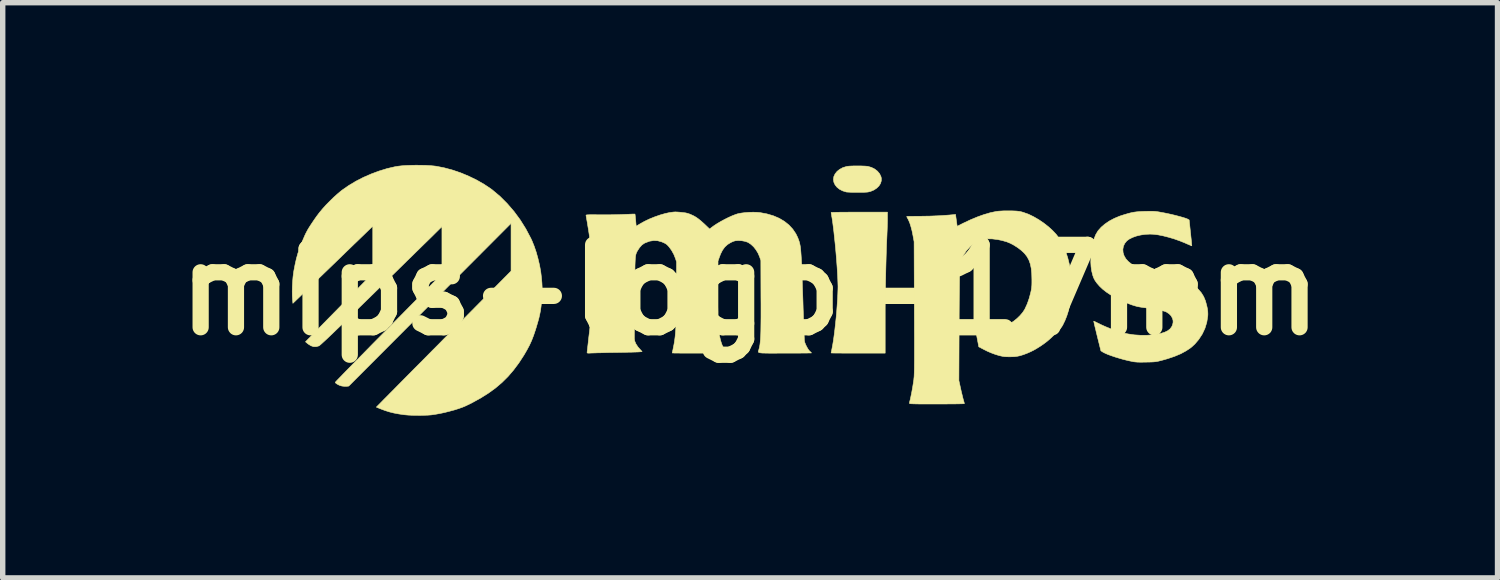
<source format=kicad_pcb>
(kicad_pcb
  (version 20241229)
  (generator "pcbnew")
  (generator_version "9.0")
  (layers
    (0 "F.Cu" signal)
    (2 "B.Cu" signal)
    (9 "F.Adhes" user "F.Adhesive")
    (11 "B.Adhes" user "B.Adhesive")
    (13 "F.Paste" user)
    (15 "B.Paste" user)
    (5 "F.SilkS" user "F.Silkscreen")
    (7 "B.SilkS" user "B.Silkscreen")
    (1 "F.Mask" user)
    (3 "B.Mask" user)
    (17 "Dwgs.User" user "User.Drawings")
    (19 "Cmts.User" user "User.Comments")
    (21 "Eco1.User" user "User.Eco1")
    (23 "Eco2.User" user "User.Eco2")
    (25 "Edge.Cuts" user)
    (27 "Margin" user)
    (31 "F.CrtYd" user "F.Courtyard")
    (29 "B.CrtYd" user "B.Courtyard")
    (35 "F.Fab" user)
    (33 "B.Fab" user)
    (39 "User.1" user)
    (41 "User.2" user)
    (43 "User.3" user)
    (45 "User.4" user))
  (footprint "mips-logo-17mm"
    (layer "F.Cu")
    (at 10.82 2.312)
    (property "Reference" "mips-logo-17mm" (at 0 0 0) (layer "F.SilkS") (effects (font (size 1.524 1.524) (thickness 0.3))))
    (attr through_hole)
    (fp_poly (pts (xy 2.038 -2.294) (xy 2.091 -2.292) (xy 2.136 -2.29) (xy 2.169 -2.287) (xy 2.177 -2.286) (xy 2.245 -2.266) (xy 2.305 -2.236) (xy 2.356 -2.196) (xy 2.395 -2.149) (xy 2.42 -2.096) (xy 2.427 -2.067) (xy 2.426 -2.017) (xy 2.411 -1.968) (xy 2.382 -1.923) (xy 2.341 -1.883) (xy 2.29 -1.849) (xy 2.231 -1.824) (xy 2.184 -1.812) (xy 2.159 -1.809) (xy 2.121 -1.807) (xy 2.074 -1.805) (xy 2.02 -1.805) (xy 1.964 -1.805) (xy 1.909 -1.805) (xy 1.858 -1.807) (xy 1.817 -1.809) (xy 1.787 -1.811) (xy 1.779 -1.812) (xy 1.714 -1.832) (xy 1.656 -1.861) (xy 1.608 -1.899) (xy 1.572 -1.943) (xy 1.549 -1.993) (xy 1.541 -2.045) (xy 1.549 -2.098) (xy 1.572 -2.147) (xy 1.609 -2.193) (xy 1.657 -2.231) (xy 1.714 -2.262) (xy 1.779 -2.282) (xy 1.801 -2.286) (xy 1.832 -2.29) (xy 1.875 -2.292) (xy 1.926 -2.294) (xy 1.982 -2.294) (xy 2.038 -2.294)) (stroke (width 0.01) (type solid)) (fill yes) (layer "F.SilkS"))
    (fp_poly (pts (xy 2.54 -1.331) (xy 2.54 -1.289) (xy 2.539 -1.235) (xy 2.537 -1.172) (xy 2.535 -1.107) (xy 2.532 -1.043) (xy 2.532 -1.033) (xy 2.523 -0.831) (xy 2.516 -0.616) (xy 2.51 -0.391) (xy 2.505 -0.159) (xy 2.501 0.075) (xy 2.498 0.31) (xy 2.498 0.54) (xy 2.498 0.586) (xy 2.498 1.168) (xy 1.998 1.168) (xy 1.908 1.168) (xy 1.823 1.168) (xy 1.745 1.168) (xy 1.675 1.167) (xy 1.614 1.167) (xy 1.565 1.166) (xy 1.528 1.166) (xy 1.506 1.165) (xy 1.499 1.164) (xy 1.5 1.154) (xy 1.505 1.132) (xy 1.511 1.101) (xy 1.515 1.081) (xy 1.528 1.012) (xy 1.542 0.928) (xy 1.555 0.833) (xy 1.568 0.729) (xy 1.58 0.619) (xy 1.592 0.506) (xy 1.602 0.392) (xy 1.61 0.28) (xy 1.617 0.174) (xy 1.622 0.074) (xy 1.625 -0.014) (xy 1.626 -0.063) (xy 1.624 -0.131) (xy 1.621 -0.213) (xy 1.616 -0.307) (xy 1.61 -0.41) (xy 1.602 -0.519) (xy 1.593 -0.633) (xy 1.583 -0.749) (xy 1.572 -0.863) (xy 1.56 -0.975) (xy 1.549 -1.08) (xy 1.537 -1.177) (xy 1.526 -1.262) (xy 1.515 -1.335) (xy 1.511 -1.355) (xy 1.506 -1.388) (xy 1.501 -1.415) (xy 1.499 -1.431) (xy 1.499 -1.433) (xy 1.507 -1.434) (xy 1.531 -1.435) (xy 1.568 -1.436) (xy 1.619 -1.437) (xy 1.68 -1.438) (xy 1.751 -1.438) (xy 1.831 -1.439) (xy 1.917 -1.439) (xy 2.009 -1.439) (xy 2.019 -1.439) (xy 2.54 -1.439) (xy 2.54 -1.331)) (stroke (width 0.01) (type solid)) (fill yes) (layer "F.SilkS"))
    (fp_poly (pts (xy 7.453 -1.455) (xy 7.488 -1.453) (xy 7.523 -1.449) (xy 7.561 -1.443) (xy 7.582 -1.439) (xy 7.654 -1.426) (xy 7.727 -1.411) (xy 7.8 -1.395) (xy 7.869 -1.378) (xy 7.934 -1.361) (xy 7.991 -1.345) (xy 8.041 -1.33) (xy 8.08 -1.316) (xy 8.106 -1.303) (xy 8.119 -1.294) (xy 8.12 -1.292) (xy 8.12 -1.281) (xy 8.123 -1.256) (xy 8.127 -1.218) (xy 8.132 -1.171) (xy 8.138 -1.115) (xy 8.144 -1.055) (xy 8.145 -1.05) (xy 8.151 -0.989) (xy 8.157 -0.934) (xy 8.162 -0.888) (xy 8.165 -0.851) (xy 8.167 -0.826) (xy 8.168 -0.816) (xy 8.168 -0.816) (xy 8.16 -0.819) (xy 8.139 -0.827) (xy 8.109 -0.84) (xy 8.071 -0.856) (xy 8.052 -0.865) (xy 7.951 -0.906) (xy 7.847 -0.943) (xy 7.743 -0.974) (xy 7.642 -1) (xy 7.547 -1.019) (xy 7.462 -1.03) (xy 7.398 -1.033) (xy 7.31 -1.029) (xy 7.226 -1.017) (xy 7.146 -0.998) (xy 7.075 -0.973) (xy 7.014 -0.943) (xy 6.967 -0.909) (xy 6.965 -0.907) (xy 6.927 -0.86) (xy 6.903 -0.807) (xy 6.893 -0.751) (xy 6.897 -0.693) (xy 6.915 -0.635) (xy 6.946 -0.58) (xy 6.99 -0.53) (xy 7.045 -0.485) (xy 7.05 -0.482) (xy 7.085 -0.462) (xy 7.123 -0.444) (xy 7.168 -0.428) (xy 7.221 -0.412) (xy 7.283 -0.397) (xy 7.358 -0.381) (xy 7.447 -0.364) (xy 7.472 -0.36) (xy 7.54 -0.348) (xy 7.597 -0.337) (xy 7.647 -0.326) (xy 7.693 -0.314) (xy 7.738 -0.301) (xy 7.785 -0.284) (xy 7.837 -0.264) (xy 7.898 -0.24) (xy 7.971 -0.209) (xy 7.98 -0.206) (xy 8.072 -0.164) (xy 8.151 -0.121) (xy 8.217 -0.075) (xy 8.274 -0.026) (xy 8.29 -0.011) (xy 8.346 0.055) (xy 8.388 0.124) (xy 8.42 0.201) (xy 8.427 0.226) (xy 8.445 0.293) (xy 8.457 0.349) (xy 8.463 0.399) (xy 8.465 0.446) (xy 8.463 0.482) (xy 8.445 0.598) (xy 8.411 0.709) (xy 8.362 0.814) (xy 8.296 0.915) (xy 8.222 1.002) (xy 8.151 1.066) (xy 8.065 1.124) (xy 7.964 1.179) (xy 7.847 1.228) (xy 7.716 1.272) (xy 7.628 1.297) (xy 7.584 1.308) (xy 7.549 1.317) (xy 7.518 1.323) (xy 7.489 1.327) (xy 7.456 1.33) (xy 7.418 1.332) (xy 7.37 1.333) (xy 7.319 1.334) (xy 7.255 1.335) (xy 7.203 1.335) (xy 7.162 1.334) (xy 7.128 1.331) (xy 7.097 1.328) (xy 7.065 1.322) (xy 7.061 1.321) (xy 6.987 1.305) (xy 6.909 1.286) (xy 6.831 1.264) (xy 6.755 1.241) (xy 6.684 1.217) (xy 6.62 1.194) (xy 6.567 1.171) (xy 6.527 1.151) (xy 6.518 1.145) (xy 6.487 1.125) (xy 6.419 0.852) (xy 6.403 0.787) (xy 6.389 0.727) (xy 6.376 0.675) (xy 6.366 0.632) (xy 6.359 0.6) (xy 6.355 0.581) (xy 6.354 0.577) (xy 6.362 0.58) (xy 6.383 0.589) (xy 6.413 0.604) (xy 6.451 0.622) (xy 6.482 0.638) (xy 6.566 0.676) (xy 6.658 0.714) (xy 6.755 0.748) (xy 6.85 0.778) (xy 6.939 0.802) (xy 6.989 0.813) (xy 7.103 0.83) (xy 7.224 0.838) (xy 7.345 0.837) (xy 7.413 0.832) (xy 7.513 0.82) (xy 7.597 0.803) (xy 7.667 0.781) (xy 7.723 0.754) (xy 7.765 0.721) (xy 7.795 0.682) (xy 7.81 0.65) (xy 7.821 0.607) (xy 7.822 0.57) (xy 7.813 0.531) (xy 7.81 0.524) (xy 7.786 0.479) (xy 7.748 0.44) (xy 7.699 0.408) (xy 7.689 0.403) (xy 7.657 0.392) (xy 7.61 0.38) (xy 7.552 0.367) (xy 7.483 0.355) (xy 7.406 0.343) (xy 7.324 0.331) (xy 7.281 0.326) (xy 7.221 0.317) (xy 7.165 0.307) (xy 7.111 0.292) (xy 7.054 0.274) (xy 6.991 0.25) (xy 6.921 0.219) (xy 6.849 0.186) (xy 6.748 0.137) (xy 6.661 0.087) (xy 6.586 0.037) (xy 6.52 -0.015) (xy 6.463 -0.069) (xy 6.415 -0.124) (xy 6.379 -0.174) (xy 6.352 -0.226) (xy 6.335 -0.276) (xy 6.316 -0.353) (xy 6.305 -0.431) (xy 6.3 -0.515) (xy 6.302 -0.597) (xy 6.312 -0.722) (xy 6.33 -0.835) (xy 6.356 -0.934) (xy 6.39 -1.02) (xy 6.431 -1.09) (xy 6.436 -1.097) (xy 6.492 -1.16) (xy 6.562 -1.22) (xy 6.643 -1.275) (xy 6.733 -1.323) (xy 6.828 -1.363) (xy 6.842 -1.368) (xy 6.919 -1.393) (xy 6.984 -1.412) (xy 7.041 -1.427) (xy 7.095 -1.438) (xy 7.149 -1.445) (xy 7.207 -1.45) (xy 7.274 -1.453) (xy 7.303 -1.454) (xy 7.364 -1.455) (xy 7.413 -1.456) (xy 7.453 -1.455)) (stroke (width 0.01) (type solid)) (fill yes) (layer "F.SilkS"))
    (fp_poly (pts (xy -6.086 -2.306) (xy -5.994 -2.304) (xy -5.909 -2.299) (xy -5.835 -2.292) (xy -5.804 -2.288) (xy -5.656 -2.259) (xy -5.504 -2.218) (xy -5.351 -2.166) (xy -5.2 -2.103) (xy -5.054 -2.032) (xy -4.918 -1.954) (xy -4.794 -1.871) (xy -4.767 -1.851) (xy -4.625 -1.732) (xy -4.492 -1.599) (xy -4.366 -1.453) (xy -4.251 -1.297) (xy -4.147 -1.131) (xy -4.055 -0.957) (xy -4.033 -0.91) (xy -3.993 -0.811) (xy -3.955 -0.7) (xy -3.922 -0.581) (xy -3.893 -0.459) (xy -3.871 -0.337) (xy -3.857 -0.221) (xy -3.857 -0.22) (xy -3.849 -0.128) (xy -3.845 -0.046) (xy -3.845 0.031) (xy -3.848 0.111) (xy -3.854 0.198) (xy -3.857 0.227) (xy -3.865 0.304) (xy -3.875 0.377) (xy -3.889 0.449) (xy -3.906 0.524) (xy -3.929 0.606) (xy -3.956 0.698) (xy -3.968 0.736) (xy -4.003 0.84) (xy -4.039 0.933) (xy -4.079 1.021) (xy -4.126 1.109) (xy -4.181 1.204) (xy -4.183 1.207) (xy -4.276 1.35) (xy -4.374 1.481) (xy -4.477 1.601) (xy -4.588 1.711) (xy -4.708 1.813) (xy -4.839 1.908) (xy -4.982 1.998) (xy -5.14 2.085) (xy -5.254 2.141) (xy -5.313 2.166) (xy -5.385 2.192) (xy -5.467 2.218) (xy -5.556 2.242) (xy -5.646 2.265) (xy -5.735 2.284) (xy -5.819 2.299) (xy -5.894 2.31) (xy -5.905 2.311) (xy -5.961 2.315) (xy -6.028 2.317) (xy -6.101 2.319) (xy -6.176 2.318) (xy -6.25 2.317) (xy -6.317 2.314) (xy -6.374 2.309) (xy -6.397 2.307) (xy -6.498 2.292) (xy -6.588 2.275) (xy -6.672 2.254) (xy -6.754 2.228) (xy -6.841 2.195) (xy -6.88 2.179) (xy -6.911 2.166) (xy -6.801 2.055) (xy -6.784 2.037) (xy -6.755 2.008) (xy -6.716 1.969) (xy -6.667 1.919) (xy -6.608 1.86) (xy -6.541 1.792) (xy -6.466 1.716) (xy -6.384 1.633) (xy -6.295 1.543) (xy -6.2 1.447) (xy -6.099 1.346) (xy -5.994 1.24) (xy -5.885 1.129) (xy -5.772 1.016) (xy -5.657 0.899) (xy -5.555 0.796) (xy -4.42 -0.35) (xy -4.42 -0.791) (xy -4.42 -1.232) (xy -7.421 1.777) (xy -7.463 1.782) (xy -7.497 1.782) (xy -7.536 1.778) (xy -7.554 1.775) (xy -7.587 1.765) (xy -7.619 1.75) (xy -7.646 1.734) (xy -7.665 1.719) (xy -7.671 1.708) (xy -7.665 1.701) (xy -7.648 1.682) (xy -7.62 1.653) (xy -7.582 1.614) (xy -7.535 1.565) (xy -7.479 1.507) (xy -7.414 1.441) (xy -7.342 1.368) (xy -7.263 1.287) (xy -7.178 1.201) (xy -7.087 1.108) (xy -6.991 1.01) (xy -6.891 0.909) (xy -6.786 0.803) (xy -6.684 0.7) (xy -5.698 -0.298) (xy -5.698 -0.735) (xy -5.698 -1.172) (xy -5.823 -1.049) (xy -5.843 -1.029) (xy -5.874 -0.998) (xy -5.916 -0.957) (xy -5.968 -0.906) (xy -6.029 -0.847) (xy -6.098 -0.779) (xy -6.176 -0.703) (xy -6.259 -0.621) (xy -6.35 -0.533) (xy -6.445 -0.439) (xy -6.545 -0.341) (xy -6.649 -0.239) (xy -6.757 -0.135) (xy -6.867 -0.027) (xy -6.942 0.046) (xy -7.077 0.178) (xy -7.201 0.299) (xy -7.313 0.409) (xy -7.415 0.508) (xy -7.506 0.597) (xy -7.588 0.676) (xy -7.661 0.746) (xy -7.724 0.807) (xy -7.78 0.86) (xy -7.827 0.905) (xy -7.867 0.942) (xy -7.9 0.972) (xy -7.926 0.996) (xy -7.947 1.014) (xy -7.961 1.026) (xy -7.971 1.033) (xy -7.973 1.034) (xy -8.023 1.048) (xy -8.072 1.048) (xy -8.121 1.031) (xy -8.172 0.999) (xy -8.186 0.988) (xy -8.221 0.958) (xy -7.599 0.325) (xy -6.977 -0.308) (xy -6.977 -1.181) (xy -7.025 -1.133) (xy -7.038 -1.121) (xy -7.062 -1.098) (xy -7.096 -1.065) (xy -7.14 -1.022) (xy -7.193 -0.971) (xy -7.254 -0.912) (xy -7.322 -0.847) (xy -7.396 -0.775) (xy -7.476 -0.698) (xy -7.56 -0.616) (xy -7.648 -0.531) (xy -7.739 -0.443) (xy -7.764 -0.419) (xy -8.454 0.247) (xy -8.461 0.172) (xy -8.465 0.104) (xy -8.466 0.023) (xy -8.464 -0.064) (xy -8.459 -0.152) (xy -8.452 -0.239) (xy -8.442 -0.317) (xy -8.437 -0.351) (xy -8.414 -0.47) (xy -8.39 -0.577) (xy -8.362 -0.677) (xy -8.329 -0.776) (xy -8.29 -0.877) (xy -8.243 -0.986) (xy -8.235 -1.005) (xy -8.217 -1.043) (xy -8.199 -1.078) (xy -8.179 -1.115) (xy -8.156 -1.153) (xy -8.128 -1.197) (xy -8.094 -1.248) (xy -8.053 -1.309) (xy -8.006 -1.375) (xy -7.961 -1.434) (xy -7.906 -1.5) (xy -7.843 -1.57) (xy -7.774 -1.64) (xy -7.704 -1.709) (xy -7.634 -1.772) (xy -7.569 -1.827) (xy -7.543 -1.847) (xy -7.424 -1.93) (xy -7.293 -2.009) (xy -7.153 -2.081) (xy -7.007 -2.145) (xy -6.859 -2.2) (xy -6.712 -2.245) (xy -6.57 -2.278) (xy -6.511 -2.288) (xy -6.444 -2.296) (xy -6.363 -2.302) (xy -6.274 -2.305) (xy -6.18 -2.307) (xy -6.086 -2.306)) (stroke (width 0.01) (type solid)) (fill yes) (layer "F.SilkS"))
    (fp_poly (pts (xy 4.824 -1.463) (xy 4.832 -1.463) (xy 4.887 -1.461) (xy 4.929 -1.459) (xy 4.962 -1.455) (xy 4.992 -1.451) (xy 5.021 -1.444) (xy 5.055 -1.434) (xy 5.063 -1.431) (xy 5.152 -1.399) (xy 5.244 -1.354) (xy 5.339 -1.299) (xy 5.43 -1.237) (xy 5.517 -1.169) (xy 5.594 -1.099) (xy 5.66 -1.029) (xy 5.679 -1.004) (xy 5.739 -0.915) (xy 5.792 -0.817) (xy 5.837 -0.709) (xy 5.875 -0.589) (xy 5.908 -0.456) (xy 5.931 -0.33) (xy 5.936 -0.296) (xy 5.94 -0.263) (xy 5.942 -0.228) (xy 5.943 -0.187) (xy 5.943 -0.136) (xy 5.941 -0.073) (xy 5.941 -0.051) (xy 5.935 0.076) (xy 5.924 0.19) (xy 5.908 0.293) (xy 5.885 0.389) (xy 5.856 0.481) (xy 5.82 0.571) (xy 5.807 0.597) (xy 5.792 0.628) (xy 5.78 0.653) (xy 5.766 0.675) (xy 5.751 0.696) (xy 5.732 0.719) (xy 5.706 0.747) (xy 5.672 0.781) (xy 5.636 0.817) (xy 5.566 0.885) (xy 5.501 0.942) (xy 5.436 0.992) (xy 5.368 1.039) (xy 5.291 1.087) (xy 5.254 1.108) (xy 5.191 1.14) (xy 5.123 1.17) (xy 5.054 1.196) (xy 4.989 1.216) (xy 4.936 1.227) (xy 4.886 1.233) (xy 4.828 1.235) (xy 4.768 1.235) (xy 4.712 1.233) (xy 4.669 1.227) (xy 4.606 1.213) (xy 4.534 1.191) (xy 4.458 1.163) (xy 4.384 1.131) (xy 4.33 1.104) (xy 4.229 1.051) (xy 4.193 0.862) (xy 4.183 0.808) (xy 4.174 0.76) (xy 4.167 0.72) (xy 4.162 0.691) (xy 4.16 0.675) (xy 4.16 0.672) (xy 4.168 0.672) (xy 4.19 0.675) (xy 4.221 0.679) (xy 4.242 0.682) (xy 4.368 0.697) (xy 4.483 0.7) (xy 4.588 0.691) (xy 4.684 0.671) (xy 4.745 0.651) (xy 4.806 0.621) (xy 4.87 0.58) (xy 4.933 0.53) (xy 4.99 0.475) (xy 5.039 0.418) (xy 5.076 0.362) (xy 5.081 0.353) (xy 5.126 0.255) (xy 5.162 0.151) (xy 5.188 0.052) (xy 5.197 0.013) (xy 5.203 -0.021) (xy 5.207 -0.054) (xy 5.21 -0.09) (xy 5.211 -0.134) (xy 5.211 -0.19) (xy 5.211 -0.195) (xy 5.208 -0.303) (xy 5.199 -0.398) (xy 5.182 -0.48) (xy 5.156 -0.553) (xy 5.121 -0.617) (xy 5.075 -0.676) (xy 5.017 -0.731) (xy 4.946 -0.785) (xy 4.877 -0.829) (xy 4.811 -0.864) (xy 4.741 -0.892) (xy 4.66 -0.915) (xy 4.58 -0.932) (xy 4.475 -0.945) (xy 4.379 -0.945) (xy 4.292 -0.931) (xy 4.212 -0.903) (xy 4.137 -0.86) (xy 4.068 -0.801) (xy 4.002 -0.727) (xy 3.994 -0.717) (xy 3.942 -0.638) (xy 3.906 -0.555) (xy 3.884 -0.465) (xy 3.879 -0.428) (xy 3.878 -0.405) (xy 3.876 -0.366) (xy 3.875 -0.312) (xy 3.873 -0.242) (xy 3.872 -0.158) (xy 3.871 -0.06) (xy 3.87 0.052) (xy 3.868 0.176) (xy 3.867 0.313) (xy 3.866 0.461) (xy 3.866 0.62) (xy 3.865 0.666) (xy 3.861 1.675) (xy 3.894 1.826) (xy 3.906 1.88) (xy 3.919 1.932) (xy 3.93 1.979) (xy 3.94 2.017) (xy 3.945 2.036) (xy 3.954 2.066) (xy 3.96 2.089) (xy 3.962 2.101) (xy 3.962 2.102) (xy 3.954 2.103) (xy 3.93 2.104) (xy 3.893 2.105) (xy 3.843 2.106) (xy 3.781 2.107) (xy 3.71 2.107) (xy 3.631 2.108) (xy 3.545 2.108) (xy 3.454 2.108) (xy 3.454 2.108) (xy 3.349 2.108) (xy 3.259 2.108) (xy 3.184 2.108) (xy 3.122 2.108) (xy 3.071 2.107) (xy 3.032 2.106) (xy 3.001 2.105) (xy 2.979 2.104) (xy 2.964 2.103) (xy 2.954 2.101) (xy 2.949 2.098) (xy 2.947 2.095) (xy 2.946 2.093) (xy 2.949 2.076) (xy 2.955 2.05) (xy 2.959 2.036) (xy 2.966 2.006) (xy 2.975 1.962) (xy 2.986 1.909) (xy 2.997 1.849) (xy 3.008 1.786) (xy 3.018 1.722) (xy 3.027 1.663) (xy 3.028 1.655) (xy 3.029 1.64) (xy 3.031 1.623) (xy 3.033 1.604) (xy 3.034 1.581) (xy 3.035 1.555) (xy 3.036 1.523) (xy 3.037 1.485) (xy 3.038 1.44) (xy 3.038 1.388) (xy 3.039 1.327) (xy 3.039 1.257) (xy 3.039 1.177) (xy 3.039 1.085) (xy 3.039 0.981) (xy 3.039 0.865) (xy 3.038 0.734) (xy 3.038 0.589) (xy 3.037 0.428) (xy 3.037 0.33) (xy 3.033 -0.893) (xy 3.011 -1.012) (xy 2.995 -1.092) (xy 2.975 -1.168) (xy 2.954 -1.235) (xy 2.931 -1.29) (xy 2.917 -1.317) (xy 2.905 -1.339) (xy 2.897 -1.354) (xy 2.896 -1.358) (xy 2.904 -1.36) (xy 2.927 -1.361) (xy 2.962 -1.362) (xy 3.009 -1.362) (xy 3.064 -1.363) (xy 3.125 -1.363) (xy 3.143 -1.363) (xy 3.325 -1.366) (xy 3.503 -1.373) (xy 3.674 -1.385) (xy 3.756 -1.392) (xy 3.799 -1.397) (xy 3.814 -1.287) (xy 3.829 -1.178) (xy 3.94 -1.234) (xy 4.076 -1.298) (xy 4.206 -1.352) (xy 4.329 -1.396) (xy 4.443 -1.429) (xy 4.548 -1.451) (xy 4.595 -1.457) (xy 4.642 -1.46) (xy 4.699 -1.463) (xy 4.762 -1.463) (xy 4.824 -1.463)) (stroke (width 0.01) (type solid)) (fill yes) (layer "F.SilkS"))
    (fp_poly (pts (xy -1.352 -1.442) (xy -1.311 -1.439) (xy -1.278 -1.436) (xy -1.228 -1.43) (xy -1.189 -1.425) (xy -1.158 -1.417) (xy -1.128 -1.408) (xy -1.096 -1.395) (xy -1.094 -1.394) (xy -1.044 -1.371) (xy -0.999 -1.345) (xy -0.955 -1.314) (xy -0.908 -1.276) (xy -0.854 -1.228) (xy -0.837 -1.212) (xy -0.748 -1.127) (xy -0.719 -1.151) (xy -0.67 -1.187) (xy -0.611 -1.226) (xy -0.543 -1.266) (xy -0.471 -1.305) (xy -0.399 -1.341) (xy -0.33 -1.372) (xy -0.268 -1.396) (xy -0.228 -1.409) (xy -0.168 -1.421) (xy -0.097 -1.43) (xy -0.02 -1.436) (xy 0.058 -1.438) (xy 0.13 -1.436) (xy 0.183 -1.431) (xy 0.311 -1.407) (xy 0.43 -1.372) (xy 0.538 -1.326) (xy 0.634 -1.269) (xy 0.718 -1.202) (xy 0.789 -1.125) (xy 0.847 -1.039) (xy 0.882 -0.967) (xy 0.891 -0.942) (xy 0.9 -0.919) (xy 0.908 -0.895) (xy 0.915 -0.871) (xy 0.921 -0.843) (xy 0.927 -0.813) (xy 0.932 -0.778) (xy 0.936 -0.737) (xy 0.94 -0.689) (xy 0.944 -0.634) (xy 0.948 -0.57) (xy 0.952 -0.496) (xy 0.955 -0.41) (xy 0.959 -0.313) (xy 0.963 -0.202) (xy 0.967 -0.077) (xy 0.972 0.064) (xy 0.974 0.114) (xy 0.978 0.229) (xy 0.981 0.34) (xy 0.985 0.445) (xy 0.988 0.543) (xy 0.992 0.634) (xy 0.995 0.715) (xy 0.997 0.786) (xy 1 0.845) (xy 1.002 0.891) (xy 1.003 0.923) (xy 1.005 0.939) (xy 1.005 0.94) (xy 1.013 0.975) (xy 1.03 1.016) (xy 1.052 1.059) (xy 1.075 1.098) (xy 1.098 1.127) (xy 1.104 1.133) (xy 1.122 1.149) (xy 1.133 1.161) (xy 1.135 1.164) (xy 1.126 1.165) (xy 1.103 1.165) (xy 1.065 1.166) (xy 1.015 1.167) (xy 0.954 1.167) (xy 0.883 1.168) (xy 0.805 1.168) (xy 0.72 1.168) (xy 0.643 1.168) (xy 0.538 1.168) (xy 0.449 1.169) (xy 0.374 1.169) (xy 0.312 1.168) (xy 0.263 1.167) (xy 0.224 1.166) (xy 0.195 1.163) (xy 0.175 1.16) (xy 0.162 1.155) (xy 0.154 1.149) (xy 0.152 1.14) (xy 0.153 1.131) (xy 0.157 1.118) (xy 0.162 1.104) (xy 0.165 1.092) (xy 0.172 1.065) (xy 0.178 1.036) (xy 0.183 1.004) (xy 0.187 0.967) (xy 0.191 0.925) (xy 0.194 0.877) (xy 0.197 0.821) (xy 0.199 0.756) (xy 0.2 0.682) (xy 0.201 0.596) (xy 0.202 0.498) (xy 0.202 0.386) (xy 0.202 0.259) (xy 0.201 0.123) (xy 0.199 -0.546) (xy 0.175 -0.616) (xy 0.147 -0.681) (xy 0.109 -0.743) (xy 0.065 -0.799) (xy 0.015 -0.845) (xy -0.036 -0.879) (xy -0.043 -0.882) (xy -0.092 -0.899) (xy -0.15 -0.91) (xy -0.21 -0.914) (xy -0.235 -0.913) (xy -0.271 -0.91) (xy -0.302 -0.902) (xy -0.335 -0.888) (xy -0.36 -0.876) (xy -0.418 -0.84) (xy -0.468 -0.794) (xy -0.51 -0.736) (xy -0.546 -0.665) (xy -0.571 -0.598) (xy -0.593 -0.535) (xy -0.593 0.092) (xy -0.593 0.21) (xy -0.593 0.314) (xy -0.592 0.402) (xy -0.592 0.478) (xy -0.592 0.542) (xy -0.591 0.595) (xy -0.59 0.64) (xy -0.589 0.676) (xy -0.588 0.706) (xy -0.586 0.73) (xy -0.584 0.75) (xy -0.582 0.768) (xy -0.579 0.784) (xy -0.576 0.797) (xy -0.56 0.871) (xy -0.546 0.931) (xy -0.531 0.98) (xy -0.516 1.021) (xy -0.498 1.056) (xy -0.477 1.089) (xy -0.452 1.122) (xy -0.451 1.123) (xy -0.436 1.143) (xy -0.425 1.158) (xy -0.423 1.163) (xy -0.432 1.164) (xy -0.455 1.165) (xy -0.493 1.166) (xy -0.543 1.166) (xy -0.605 1.167) (xy -0.675 1.168) (xy -0.755 1.168) (xy -0.84 1.168) (xy -0.931 1.168) (xy -0.931 1.168) (xy -1.022 1.168) (xy -1.108 1.168) (xy -1.187 1.168) (xy -1.258 1.168) (xy -1.319 1.167) (xy -1.37 1.167) (xy -1.407 1.166) (xy -1.431 1.165) (xy -1.439 1.165) (xy -1.438 1.156) (xy -1.433 1.133) (xy -1.426 1.101) (xy -1.419 1.065) (xy -1.409 1.016) (xy -1.4 0.967) (xy -1.393 0.917) (xy -1.386 0.863) (xy -1.381 0.806) (xy -1.376 0.742) (xy -1.372 0.672) (xy -1.369 0.592) (xy -1.367 0.503) (xy -1.365 0.402) (xy -1.363 0.288) (xy -1.362 0.16) (xy -1.362 0.055) (xy -1.36 -0.521) (xy -1.379 -0.58) (xy -1.41 -0.658) (xy -1.451 -0.732) (xy -1.496 -0.794) (xy -1.521 -0.822) (xy -1.543 -0.843) (xy -1.567 -0.859) (xy -1.597 -0.874) (xy -1.635 -0.89) (xy -1.707 -0.91) (xy -1.782 -0.914) (xy -1.859 -0.902) (xy -1.938 -0.872) (xy -1.952 -0.866) (xy -2.001 -0.832) (xy -2.046 -0.781) (xy -2.077 -0.733) (xy -2.086 -0.718) (xy -2.094 -0.704) (xy -2.1 -0.69) (xy -2.106 -0.676) (xy -2.111 -0.66) (xy -2.115 -0.641) (xy -2.119 -0.617) (xy -2.122 -0.589) (xy -2.124 -0.554) (xy -2.126 -0.511) (xy -2.128 -0.459) (xy -2.129 -0.398) (xy -2.13 -0.326) (xy -2.131 -0.241) (xy -2.132 -0.144) (xy -2.133 -0.031) (xy -2.134 0.096) (xy -2.134 0.127) (xy -2.135 0.238) (xy -2.136 0.344) (xy -2.137 0.445) (xy -2.137 0.538) (xy -2.138 0.624) (xy -2.139 0.7) (xy -2.139 0.765) (xy -2.14 0.818) (xy -2.14 0.858) (xy -2.14 0.883) (xy -2.141 0.892) (xy -2.134 0.943) (xy -2.111 0.997) (xy -2.074 1.053) (xy -2.051 1.079) (xy -1.997 1.139) (xy -2.038 1.144) (xy -2.055 1.145) (xy -2.087 1.147) (xy -2.132 1.148) (xy -2.188 1.15) (xy -2.253 1.151) (xy -2.325 1.153) (xy -2.402 1.154) (xy -2.447 1.155) (xy -2.529 1.156) (xy -2.609 1.157) (xy -2.685 1.159) (xy -2.755 1.161) (xy -2.817 1.162) (xy -2.867 1.164) (xy -2.904 1.165) (xy -2.915 1.165) (xy -2.957 1.167) (xy -2.986 1.168) (xy -3.003 1.167) (xy -3.012 1.163) (xy -3.014 1.158) (xy -3.014 1.157) (xy -3.013 1.146) (xy -3.01 1.12) (xy -3.006 1.081) (xy -3 1.031) (xy -2.993 0.971) (xy -2.986 0.903) (xy -2.977 0.829) (xy -2.972 0.79) (xy -2.958 0.661) (xy -2.945 0.546) (xy -2.935 0.442) (xy -2.927 0.347) (xy -2.921 0.258) (xy -2.917 0.172) (xy -2.915 0.087) (xy -2.914 -0.001) (xy -2.914 -0.094) (xy -2.916 -0.194) (xy -2.916 -0.195) (xy -2.92 -0.35) (xy -2.925 -0.492) (xy -2.933 -0.623) (xy -2.942 -0.746) (xy -2.954 -0.866) (xy -2.969 -0.984) (xy -2.987 -1.104) (xy -3.008 -1.23) (xy -3.01 -1.245) (xy -3.018 -1.289) (xy -3.025 -1.328) (xy -3.03 -1.358) (xy -3.033 -1.377) (xy -3.034 -1.38) (xy -3.032 -1.384) (xy -3.026 -1.387) (xy -3.014 -1.389) (xy -2.993 -1.39) (xy -2.963 -1.391) (xy -2.921 -1.391) (xy -2.866 -1.391) (xy -2.795 -1.39) (xy -2.79 -1.39) (xy -2.712 -1.39) (xy -2.628 -1.39) (xy -2.54 -1.391) (xy -2.456 -1.393) (xy -2.38 -1.395) (xy -2.338 -1.397) (xy -2.281 -1.399) (xy -2.229 -1.401) (xy -2.186 -1.403) (xy -2.154 -1.404) (xy -2.134 -1.404) (xy -2.129 -1.404) (xy -2.127 -1.395) (xy -2.124 -1.372) (xy -2.121 -1.339) (xy -2.117 -1.299) (xy -2.116 -1.29) (xy -2.106 -1.179) (xy -2.04 -1.22) (xy -1.958 -1.266) (xy -1.865 -1.311) (xy -1.766 -1.351) (xy -1.666 -1.386) (xy -1.569 -1.414) (xy -1.49 -1.431) (xy -1.448 -1.437) (xy -1.415 -1.441) (xy -1.385 -1.443) (xy -1.352 -1.442)) (stroke (width 0.01) (type solid)) (fill yes) (layer "F.SilkS")))
  (gr_rect
    (start -3 -3)
    (end 24.641 7.636)
    (stroke (width 0.1) (type default))
    (fill no)
    (layer "Edge.Cuts")))
</source>
